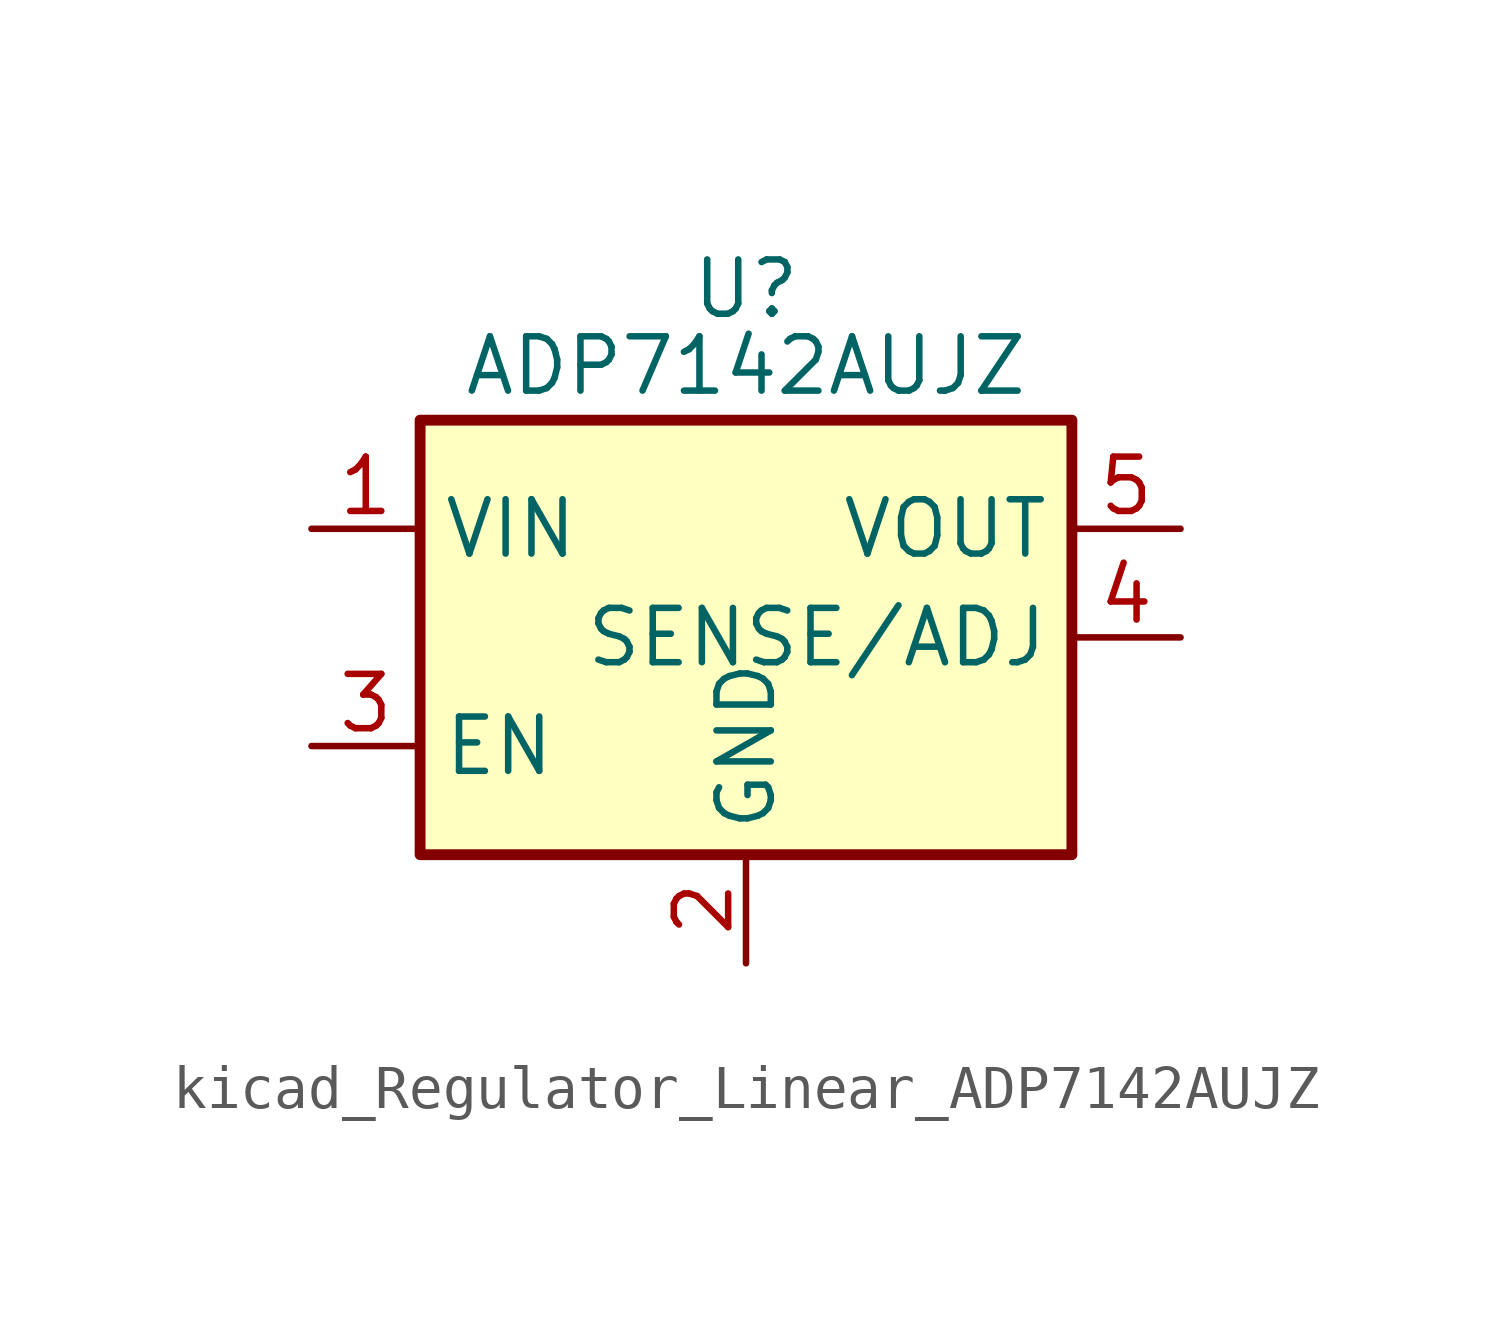
<source format=kicad_sym>
(kicad_symbol_lib
  (version 20220914)
  (generator kicad_symbol_editor)
  (symbol "kicad_Regulator_Linear_ADP7142AUJZ"
    (property "Reference" "U"
      (at 0 8.89 0)
      (effects (font (size 1.27 1.27)) (justify top)))
    (property "Value" "ADP7142AUJZ"
      (at 0 6.35 0)
      (effects (font (size 1.27 1.27))))
    (symbol "kicad_Regulator_Linear_ADP7142AUJZ_0_1"
      (rectangle (start -7.62 5.08) (end 7.62 -5.08) (stroke (width 0.254) (type default)) (fill (type background))))
    (symbol "kicad_Regulator_Linear_ADP7142AUJZ_1_1"
      (pin power_in line (at -10.16 2.54 0) (length 2.54) (name "VIN" (effects (font (size 1.27 1.27)))) (number "1" (effects (font (size 1.27 1.27)))))
      (pin power_in line (at 0 -7.62 90) (length 2.54) (name "GND" (effects (font (size 1.27 1.27)))) (number "2" (effects (font (size 1.27 1.27)))))
      (pin input line (at -10.16 -2.54 0) (length 2.54) (name "EN" (effects (font (size 1.27 1.27)))) (number "3" (effects (font (size 1.27 1.27)))))
      (pin input line (at 10.16 0 180) (length 2.54) (name "SENSE/ADJ" (effects (font (size 1.27 1.27)))) (number "4" (effects (font (size 1.27 1.27)))))
      (pin power_out line (at 10.16 2.54 180) (length 2.54) (name "VOUT" (effects (font (size 1.27 1.27)))) (number "5" (effects (font (size 1.27 1.27))))))))
</source>
